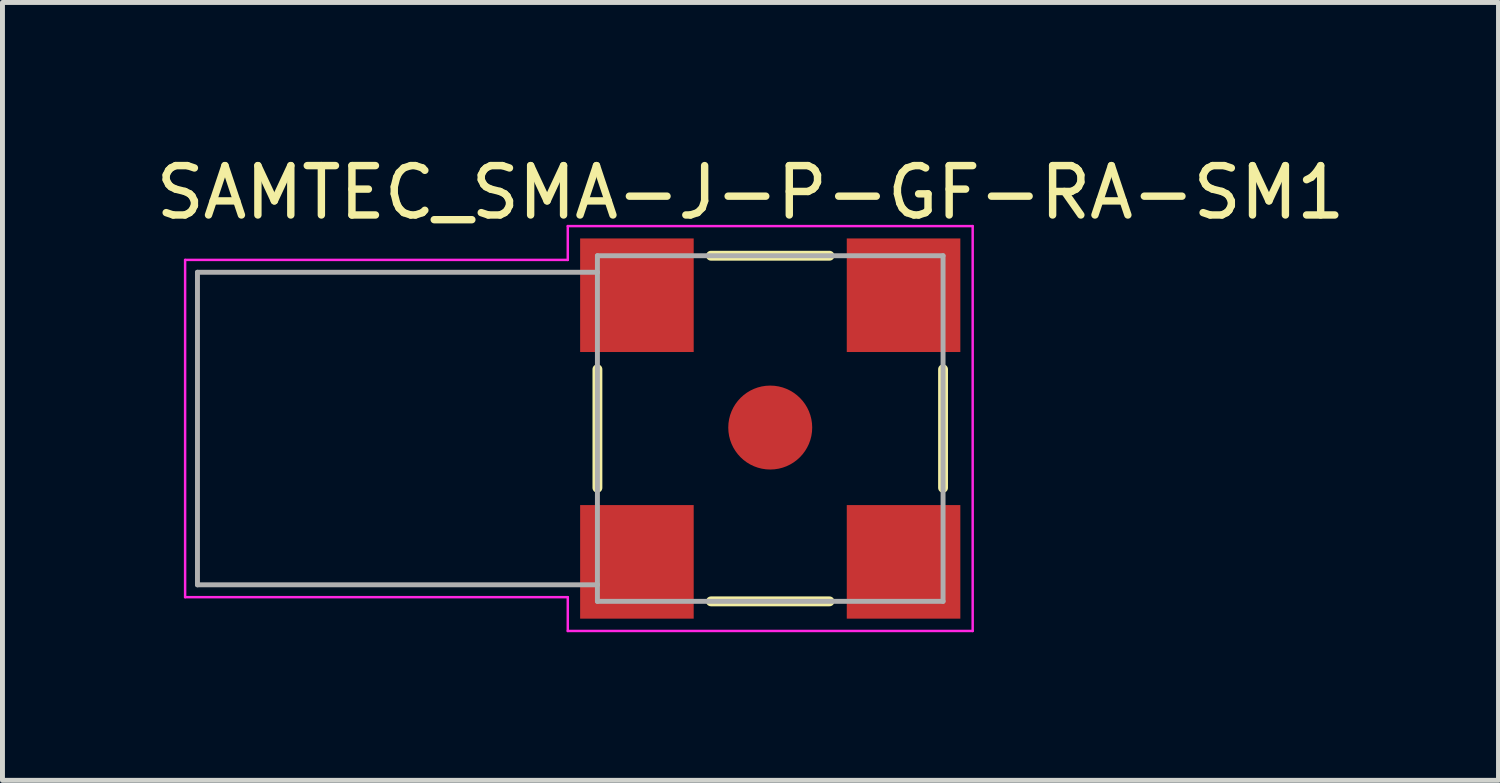
<source format=kicad_pcb>
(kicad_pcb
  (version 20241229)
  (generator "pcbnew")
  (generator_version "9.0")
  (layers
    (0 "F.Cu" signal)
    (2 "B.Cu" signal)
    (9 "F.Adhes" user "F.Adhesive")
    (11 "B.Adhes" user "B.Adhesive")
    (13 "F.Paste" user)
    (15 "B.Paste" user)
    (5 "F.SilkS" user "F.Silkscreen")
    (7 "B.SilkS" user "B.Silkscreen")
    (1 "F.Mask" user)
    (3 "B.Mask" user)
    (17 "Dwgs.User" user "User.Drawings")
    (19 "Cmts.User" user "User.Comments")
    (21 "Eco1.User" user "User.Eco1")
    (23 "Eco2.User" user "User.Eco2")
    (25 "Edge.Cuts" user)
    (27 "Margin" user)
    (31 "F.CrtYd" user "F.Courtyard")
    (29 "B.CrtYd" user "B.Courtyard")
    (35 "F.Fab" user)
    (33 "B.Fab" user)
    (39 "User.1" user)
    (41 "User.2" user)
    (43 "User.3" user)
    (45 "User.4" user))
  (footprint "SAMTEC_SMA-J-P-GF-RA-SM1"
    (layer "F.Cu")
    (at 12.549 5.629)
    (property "Reference" "SAMTEC_SMA-J-P-GF-RA-SM1" (at -0.4 -4.78 0) (layer "F.SilkS") (effects (font (size 1 1) (thickness 0.15))))
    (attr through_hole)
    (fp_line (start -3.5 1.2) (end -3.5 -1.2) (stroke (width 0.2) (type solid)) (layer "F.SilkS"))
    (fp_line (start -1.2 -3.5) (end 1.2 -3.5) (stroke (width 0.2) (type solid)) (layer "F.SilkS"))
    (fp_line (start 1.2 3.5) (end -1.2 3.5) (stroke (width 0.2) (type solid)) (layer "F.SilkS"))
    (fp_line (start 3.5 1.2) (end 3.5 -1.2) (stroke (width 0.2) (type solid)) (layer "F.SilkS"))
    (fp_line (start -11.85 -3.415) (end -11.85 3.415) (stroke (width 0.05) (type solid)) (layer "F.CrtYd"))
    (fp_line (start -11.85 3.415) (end -4.1 3.415) (stroke (width 0.05) (type solid)) (layer "F.CrtYd"))
    (fp_line (start -4.1 -4.1) (end -4.1 -3.415) (stroke (width 0.05) (type solid)) (layer "F.CrtYd"))
    (fp_line (start -4.1 -4.1) (end 4.1 -4.1) (stroke (width 0.05) (type solid)) (layer "F.CrtYd"))
    (fp_line (start -4.1 -3.415) (end -11.85 -3.415) (stroke (width 0.05) (type solid)) (layer "F.CrtYd"))
    (fp_line (start -4.1 3.415) (end -4.1 4.1) (stroke (width 0.05) (type solid)) (layer "F.CrtYd"))
    (fp_line (start 4.1 -4.1) (end 4.1 4.1) (stroke (width 0.05) (type solid)) (layer "F.CrtYd"))
    (fp_line (start 4.1 4.1) (end -4.1 4.1) (stroke (width 0.05) (type solid)) (layer "F.CrtYd"))
    (fp_line (start -11.6 -3.165) (end -11.6 3.165) (stroke (width 0.1) (type solid)) (layer "F.Fab"))
    (fp_line (start -11.6 3.165) (end -3.5 3.165) (stroke (width 0.1) (type solid)) (layer "F.Fab"))
    (fp_line (start -3.5 -3.5) (end 3.5 -3.5) (stroke (width 0.1) (type solid)) (layer "F.Fab"))
    (fp_line (start -3.5 -3.165) (end -11.6 -3.165) (stroke (width 0.1) (type solid)) (layer "F.Fab"))
    (fp_line (start -3.5 -3.165) (end -3.5 -3.5) (stroke (width 0.1) (type solid)) (layer "F.Fab"))
    (fp_line (start -3.5 3.165) (end -3.5 -3.165) (stroke (width 0.1) (type solid)) (layer "F.Fab"))
    (fp_line (start -3.5 3.5) (end -3.5 3.165) (stroke (width 0.1) (type solid)) (layer "F.Fab"))
    (fp_line (start 3.5 -3.5) (end 3.5 3.5) (stroke (width 0.1) (type solid)) (layer "F.Fab"))
    (fp_line (start 3.5 3.5) (end -3.5 3.5) (stroke (width 0.1) (type solid)) (layer "F.Fab"))
    (pad "1" smd circle (at 0 -0.02) (size 1.7 1.7) (layers "F.Cu" "F.Mask" "F.Paste"))
    (pad "2" smd rect (at -2.7 -2.7) (size 2.3 2.3) (layers "F.Cu" "F.Mask" "F.Paste"))
    (pad "3" smd rect (at -2.7 2.7) (size 2.3 2.3) (layers "F.Cu" "F.Mask" "F.Paste"))
    (pad "4" smd rect (at 2.7 -2.7) (size 2.3 2.3) (layers "F.Cu" "F.Mask" "F.Paste"))
    (pad "5" smd rect (at 2.7 2.7) (size 2.3 2.3) (layers "F.Cu" "F.Mask" "F.Paste")))
  (gr_rect
    (start -3 -3)
    (end 27.298 12.754)
    (stroke (width 0.1) (type default))
    (fill no)
    (layer "Edge.Cuts")))
</source>
